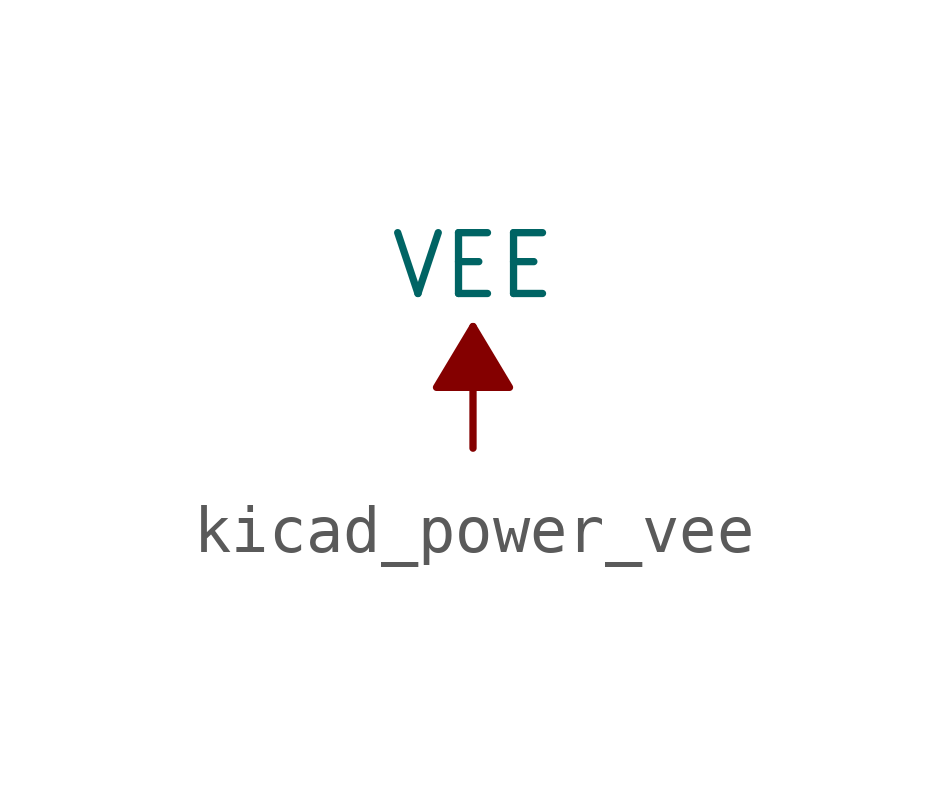
<source format=kicad_sym>
(kicad_symbol_lib
  (version 20220914)
  (generator kicad_symbol_editor)
  (symbol "kicad_power_vee"
    (power)
    (pin_names
      (offset 0))
    (property "Reference" "#PWR"
      (at 0 -3.81 0)
      (effects (font (size 1.27 1.27)) hide))
    (property "Value" "VEE"
      (at 0 3.81 0)
      (effects (font (size 1.27 1.27))))
    (symbol "kicad_power_vee_0_1"
      (polyline (pts (xy 0 0) (xy 0 2.54)) (stroke (width 0) (type default)) (fill (type none)))
      (polyline (pts (xy 0.762 1.27) (xy -0.762 1.27) (xy 0 2.54) (xy 0.762 1.27)) (stroke (width 0) (type default)) (fill (type outline))))
    (symbol "kicad_power_vee_1_1"
      (pin power_in line (at 0 0 90) (length 0) hide (name "VEE" (effects (font (size 1.27 1.27)))) (number "1" (effects (font (size 1.27 1.27))))))))
</source>
